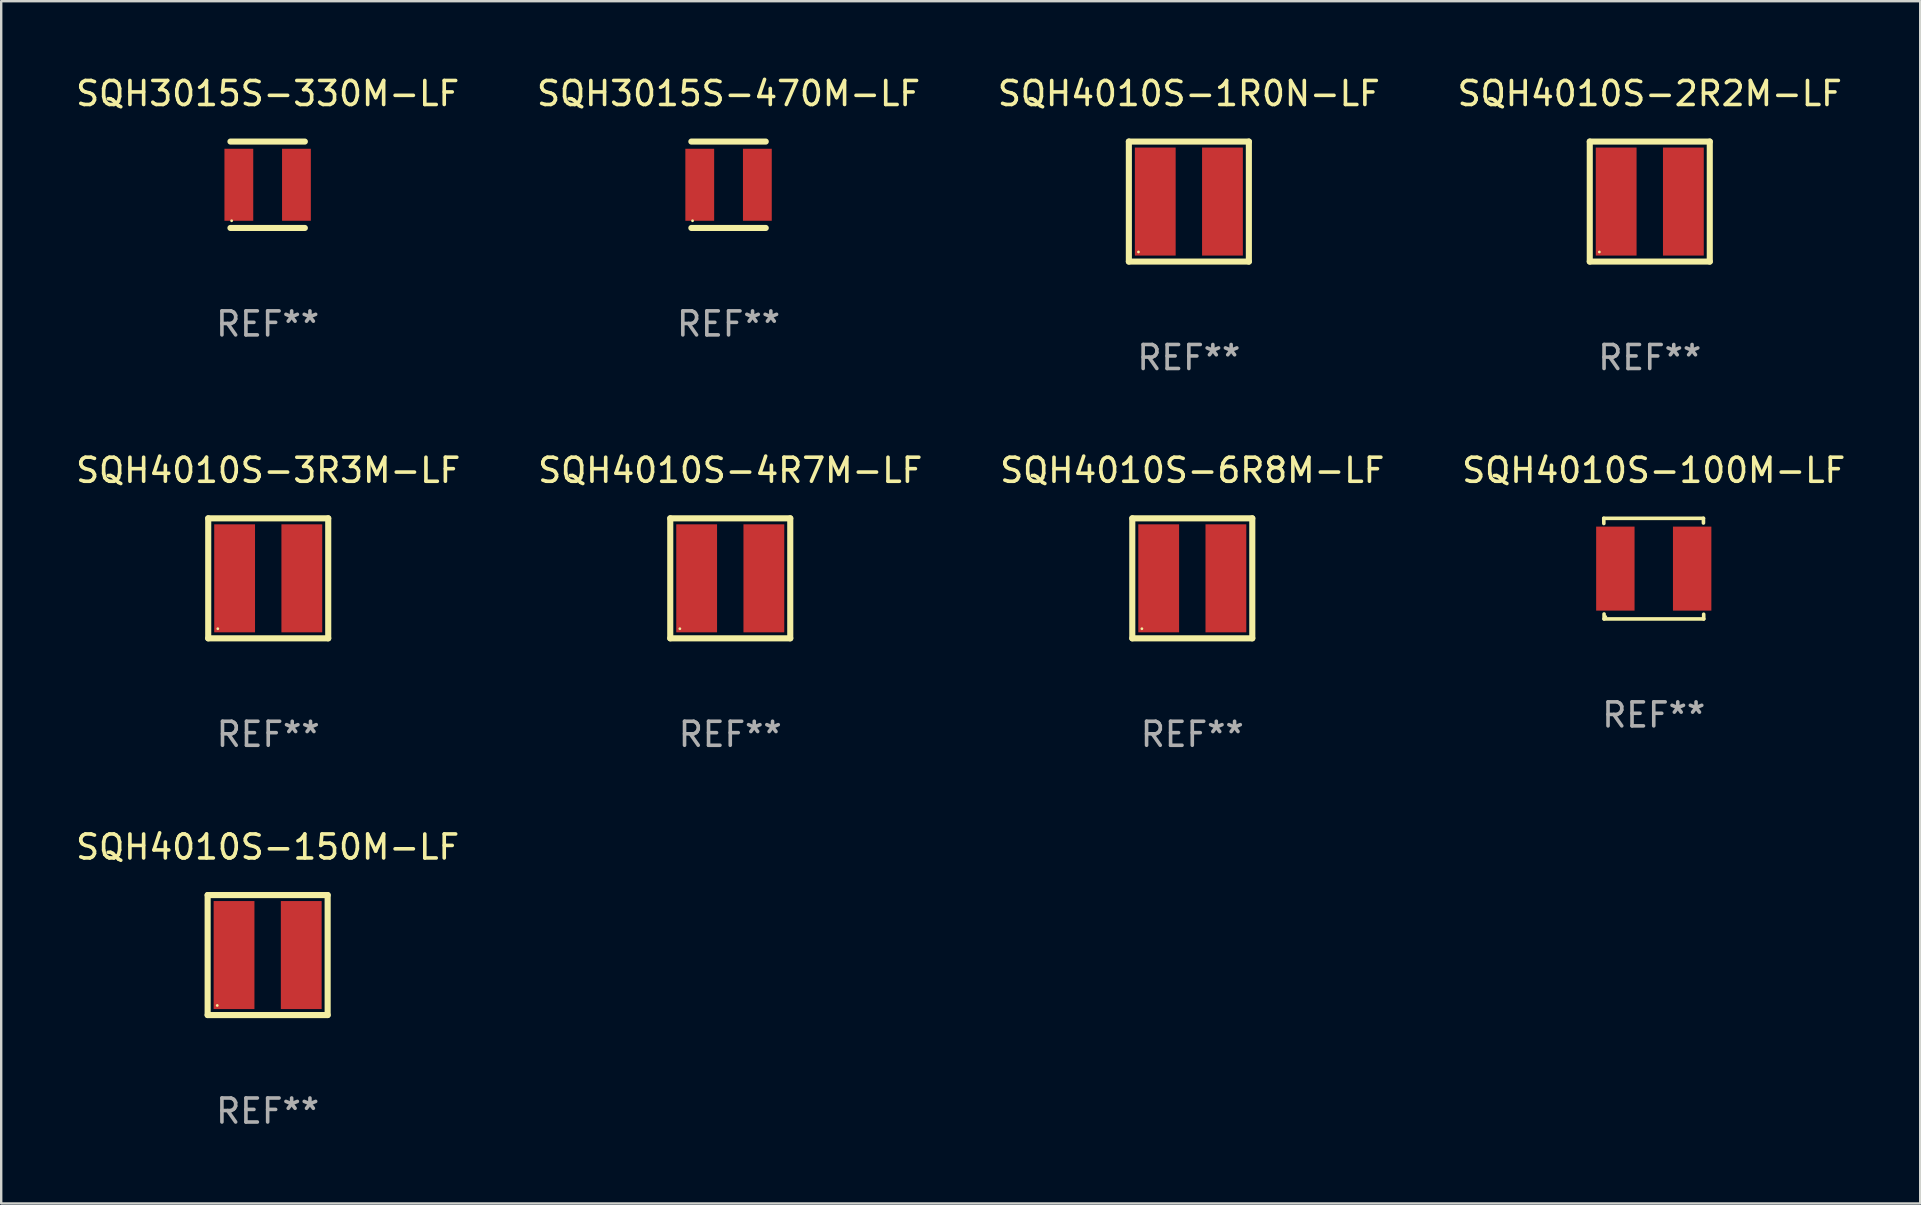
<source format=kicad_pcb>
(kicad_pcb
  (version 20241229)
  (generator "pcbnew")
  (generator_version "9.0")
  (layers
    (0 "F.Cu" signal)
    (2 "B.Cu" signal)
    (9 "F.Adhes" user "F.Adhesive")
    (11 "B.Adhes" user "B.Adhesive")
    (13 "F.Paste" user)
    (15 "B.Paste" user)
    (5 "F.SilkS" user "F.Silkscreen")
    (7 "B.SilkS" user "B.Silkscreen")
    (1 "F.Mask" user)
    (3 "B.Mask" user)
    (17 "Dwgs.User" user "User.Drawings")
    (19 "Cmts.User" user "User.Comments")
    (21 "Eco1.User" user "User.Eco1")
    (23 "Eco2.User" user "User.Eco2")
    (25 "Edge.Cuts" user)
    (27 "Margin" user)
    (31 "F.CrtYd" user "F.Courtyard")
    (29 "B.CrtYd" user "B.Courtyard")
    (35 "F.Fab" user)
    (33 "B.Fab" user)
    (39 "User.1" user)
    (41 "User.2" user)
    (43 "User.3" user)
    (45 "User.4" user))
  (footprint "SQH4010S-6R8M-LF"
    (layer "F.Cu")
    (at 46.625 21.045)
    (property "Reference" "SQH4010S-6R8M-LF" (at 0 -4.5 0) (layer "F.SilkS") (effects (font (size 1 1) (thickness 0.15))))
    (attr through_hole)
    (fp_line (start -2.5 -2.5) (end 2.5 -2.5) (stroke (width 0.254) (type solid)) (layer "F.SilkS"))
    (fp_line (start -2.5 2.5) (end -2.5 -2.5) (stroke (width 0.254) (type solid)) (layer "F.SilkS"))
    (fp_line (start 2.5 -2.5) (end 2.5 2.5) (stroke (width 0.254) (type solid)) (layer "F.SilkS"))
    (fp_line (start 2.5 2.5) (end -2.5 2.5) (stroke (width 0.254) (type solid)) (layer "F.SilkS"))
    (fp_circle (center -2.1 2.1) (end -2.07 2.1) (stroke (width 0.06) (type solid)) (fill no) (layer "F.SilkS"))
    (fp_text user "REF**" (at 0 6.5 0) (layer "F.Fab") (effects (font (size 1 1) (thickness 0.15))))
    (pad "1" smd rect (at -1.4 0 90) (size 4.5 1.7) (layers "F.Cu" "F.Mask" "F.Paste"))
    (pad "2" smd rect (at 1.4 0 90) (size 4.5 1.7) (layers "F.Cu" "F.Mask" "F.Paste")))
  (footprint "SQH4010S-100M-LF"
    (layer "F.Cu")
    (at 65.851 20.641)
    (property "Reference" "SQH4010S-100M-LF" (at 0 -4.096 0) (layer "F.SilkS") (effects (font (size 1 1) (thickness 0.15))))
    (attr through_hole)
    (fp_line (start -2.083 -2.096) (end -2.08 -1.88) (stroke (width 0.15) (type solid)) (layer "F.SilkS"))
    (fp_line (start -2.07 1.89) (end -2.07 2.096) (stroke (width 0.15) (type solid)) (layer "F.SilkS"))
    (fp_line (start -2.07 2.096) (end 2.083 2.096) (stroke (width 0.15) (type solid)) (layer "F.SilkS"))
    (fp_line (start 2.07 -1.9) (end 2.07 -2.096) (stroke (width 0.15) (type solid)) (layer "F.SilkS"))
    (fp_line (start 2.07 -2.096) (end -2.083 -2.096) (stroke (width 0.15) (type solid)) (layer "F.SilkS"))
    (fp_line (start 2.083 2.096) (end 2.08 1.9) (stroke (width 0.15) (type solid)) (layer "F.SilkS"))
    (fp_circle (center -2 2) (end -1.97 2) (stroke (width 0.06) (type solid)) (fill no) (layer "F.SilkS"))
    (fp_text user "REF**" (at 0 6.096 0) (layer "F.Fab") (effects (font (size 1 1) (thickness 0.15))))
    (pad "1" smd rect (at -1.6 -0.000343) (size 1.6 3.5) (layers "F.Cu" "F.Mask" "F.Paste"))
    (pad "2" smd rect (at 1.6 -0.000343) (size 1.6 3.5) (layers "F.Cu" "F.Mask" "F.Paste")))
  (footprint "SQH4010S-2R2M-LF"
    (layer "F.Cu")
    (at 65.685 5.348)
    (property "Reference" "SQH4010S-2R2M-LF" (at 0 -4.5 0) (layer "F.SilkS") (effects (font (size 1 1) (thickness 0.15))))
    (attr through_hole)
    (fp_line (start -2.5 -2.5) (end 2.5 -2.5) (stroke (width 0.254) (type solid)) (layer "F.SilkS"))
    (fp_line (start -2.5 2.5) (end -2.5 -2.5) (stroke (width 0.254) (type solid)) (layer "F.SilkS"))
    (fp_line (start 2.5 -2.5) (end 2.5 2.5) (stroke (width 0.254) (type solid)) (layer "F.SilkS"))
    (fp_line (start 2.5 2.5) (end -2.5 2.5) (stroke (width 0.254) (type solid)) (layer "F.SilkS"))
    (fp_circle (center -2.1 2.1) (end -2.07 2.1) (stroke (width 0.06) (type solid)) (fill no) (layer "F.SilkS"))
    (fp_text user "REF**" (at 0 6.5 0) (layer "F.Fab") (effects (font (size 1 1) (thickness 0.15))))
    (pad "1" smd rect (at -1.4 0 90) (size 4.5 1.7) (layers "F.Cu" "F.Mask" "F.Paste"))
    (pad "2" smd rect (at 1.4 0 90) (size 4.5 1.7) (layers "F.Cu" "F.Mask" "F.Paste")))
  (footprint "SQH4010S-1R0N-LF"
    (layer "F.Cu")
    (at 46.482 5.348)
    (property "Reference" "SQH4010S-1R0N-LF" (at 0 -4.5 0) (layer "F.SilkS") (effects (font (size 1 1) (thickness 0.15))))
    (attr through_hole)
    (fp_line (start -2.5 -2.5) (end 2.5 -2.5) (stroke (width 0.254) (type solid)) (layer "F.SilkS"))
    (fp_line (start -2.5 2.5) (end -2.5 -2.5) (stroke (width 0.254) (type solid)) (layer "F.SilkS"))
    (fp_line (start 2.5 -2.5) (end 2.5 2.5) (stroke (width 0.254) (type solid)) (layer "F.SilkS"))
    (fp_line (start 2.5 2.5) (end -2.5 2.5) (stroke (width 0.254) (type solid)) (layer "F.SilkS"))
    (fp_circle (center -2.1 2.1) (end -2.07 2.1) (stroke (width 0.06) (type solid)) (fill no) (layer "F.SilkS"))
    (fp_text user "REF**" (at 0 6.5 0) (layer "F.Fab") (effects (font (size 1 1) (thickness 0.15))))
    (pad "1" smd rect (at -1.4 0 90) (size 4.5 1.7) (layers "F.Cu" "F.Mask" "F.Paste"))
    (pad "2" smd rect (at 1.4 0 90) (size 4.5 1.7) (layers "F.Cu" "F.Mask" "F.Paste")))
  (footprint "SQH4010S-4R7M-LF"
    (layer "F.Cu")
    (at 27.375 21.045)
    (property "Reference" "SQH4010S-4R7M-LF" (at 0 -4.5 0) (layer "F.SilkS") (effects (font (size 1 1) (thickness 0.15))))
    (attr through_hole)
    (fp_line (start -2.5 -2.5) (end 2.5 -2.5) (stroke (width 0.254) (type solid)) (layer "F.SilkS"))
    (fp_line (start -2.5 2.5) (end -2.5 -2.5) (stroke (width 0.254) (type solid)) (layer "F.SilkS"))
    (fp_line (start 2.5 -2.5) (end 2.5 2.5) (stroke (width 0.254) (type solid)) (layer "F.SilkS"))
    (fp_line (start 2.5 2.5) (end -2.5 2.5) (stroke (width 0.254) (type solid)) (layer "F.SilkS"))
    (fp_circle (center -2.1 2.1) (end -2.07 2.1) (stroke (width 0.06) (type solid)) (fill no) (layer "F.SilkS"))
    (fp_text user "REF**" (at 0 6.5 0) (layer "F.Fab") (effects (font (size 1 1) (thickness 0.15))))
    (pad "1" smd rect (at -1.4 0 90) (size 4.5 1.7) (layers "F.Cu" "F.Mask" "F.Paste"))
    (pad "2" smd rect (at 1.4 0 90) (size 4.5 1.7) (layers "F.Cu" "F.Mask" "F.Paste")))
  (footprint "SQH4010S-150M-LF"
    (layer "F.Cu")
    (at 8.101 36.741)
    (property "Reference" "SQH4010S-150M-LF" (at 0 -4.5 0) (layer "F.SilkS") (effects (font (size 1 1) (thickness 0.15))))
    (attr through_hole)
    (fp_line (start -2.5 -2.5) (end 2.5 -2.5) (stroke (width 0.254) (type solid)) (layer "F.SilkS"))
    (fp_line (start -2.5 2.5) (end -2.5 -2.5) (stroke (width 0.254) (type solid)) (layer "F.SilkS"))
    (fp_line (start 2.5 -2.5) (end 2.5 2.5) (stroke (width 0.254) (type solid)) (layer "F.SilkS"))
    (fp_line (start 2.5 2.5) (end -2.5 2.5) (stroke (width 0.254) (type solid)) (layer "F.SilkS"))
    (fp_circle (center -2.1 2.1) (end -2.07 2.1) (stroke (width 0.06) (type solid)) (fill no) (layer "F.SilkS"))
    (fp_text user "REF**" (at 0 6.5 0) (layer "F.Fab") (effects (font (size 1 1) (thickness 0.15))))
    (pad "1" smd rect (at -1.4 0 90) (size 4.5 1.7) (layers "F.Cu" "F.Mask" "F.Paste"))
    (pad "2" smd rect (at 1.4 0 90) (size 4.5 1.7) (layers "F.Cu" "F.Mask" "F.Paste")))
  (footprint "SQH3015S-330M-LF"
    (layer "F.Cu")
    (at 8.101 4.648)
    (property "Reference" "SQH3015S-330M-LF" (at 0 -3.8 0) (layer "F.SilkS") (effects (font (size 1 1) (thickness 0.15))))
    (attr through_hole)
    (fp_line (start -1.55 -1.8) (end 1.55 -1.8) (stroke (width 0.254) (type solid)) (layer "F.SilkS"))
    (fp_line (start -1.55 1.8) (end 1.55 1.8) (stroke (width 0.254) (type solid)) (layer "F.SilkS"))
    (fp_circle (center -1.5 1.5) (end -1.47 1.5) (stroke (width 0.06) (type solid)) (fill no) (layer "F.SilkS"))
    (fp_text user "REF**" (at 0 5.8 0) (layer "F.Fab") (effects (font (size 1 1) (thickness 0.15))))
    (pad "1" smd rect (at -1.2 0 90) (size 3 1.2) (layers "F.Cu" "F.Mask" "F.Paste"))
    (pad "2" smd rect (at 1.2 0 90) (size 3 1.2) (layers "F.Cu" "F.Mask" "F.Paste")))
  (footprint "SQH3015S-470M-LF"
    (layer "F.Cu")
    (at 27.304 4.648)
    (property "Reference" "SQH3015S-470M-LF" (at 0 -3.8 0) (layer "F.SilkS") (effects (font (size 1 1) (thickness 0.15))))
    (attr through_hole)
    (fp_line (start -1.55 -1.8) (end 1.55 -1.8) (stroke (width 0.254) (type solid)) (layer "F.SilkS"))
    (fp_line (start -1.55 1.8) (end 1.55 1.8) (stroke (width 0.254) (type solid)) (layer "F.SilkS"))
    (fp_circle (center -1.5 1.5) (end -1.47 1.5) (stroke (width 0.06) (type solid)) (fill no) (layer "F.SilkS"))
    (fp_text user "REF**" (at 0 5.8 0) (layer "F.Fab") (effects (font (size 1 1) (thickness 0.15))))
    (pad "1" smd rect (at -1.2 0 90) (size 3 1.2) (layers "F.Cu" "F.Mask" "F.Paste"))
    (pad "2" smd rect (at 1.2 0 90) (size 3 1.2) (layers "F.Cu" "F.Mask" "F.Paste")))
  (footprint "SQH4010S-3R3M-LF"
    (layer "F.Cu")
    (at 8.125 21.045)
    (property "Reference" "SQH4010S-3R3M-LF" (at 0 -4.5 0) (layer "F.SilkS") (effects (font (size 1 1) (thickness 0.15))))
    (attr through_hole)
    (fp_line (start -2.5 -2.5) (end 2.5 -2.5) (stroke (width 0.254) (type solid)) (layer "F.SilkS"))
    (fp_line (start -2.5 2.5) (end -2.5 -2.5) (stroke (width 0.254) (type solid)) (layer "F.SilkS"))
    (fp_line (start 2.5 -2.5) (end 2.5 2.5) (stroke (width 0.254) (type solid)) (layer "F.SilkS"))
    (fp_line (start 2.5 2.5) (end -2.5 2.5) (stroke (width 0.254) (type solid)) (layer "F.SilkS"))
    (fp_circle (center -2.1 2.1) (end -2.07 2.1) (stroke (width 0.06) (type solid)) (fill no) (layer "F.SilkS"))
    (fp_text user "REF**" (at 0 6.5 0) (layer "F.Fab") (effects (font (size 1 1) (thickness 0.15))))
    (pad "1" smd rect (at -1.4 0 90) (size 4.5 1.7) (layers "F.Cu" "F.Mask" "F.Paste"))
    (pad "2" smd rect (at 1.4 0 90) (size 4.5 1.7) (layers "F.Cu" "F.Mask" "F.Paste")))
  (gr_rect
    (start -3 -3)
    (end 76.952 47.09)
    (stroke (width 0.1) (type default))
    (fill no)
    (layer "Edge.Cuts")))
</source>
